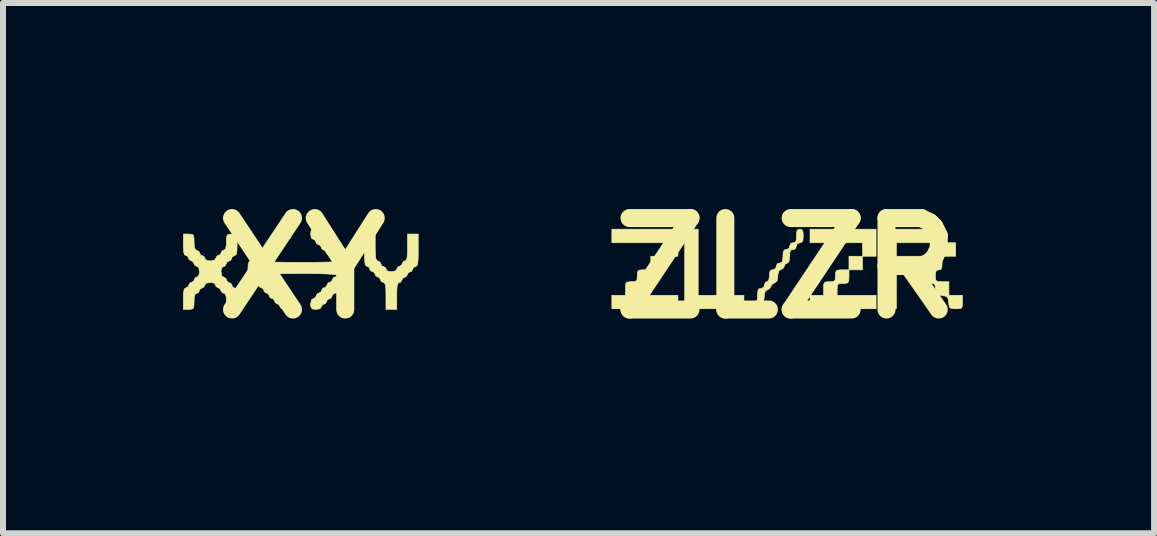
<source format=kicad_pcb>
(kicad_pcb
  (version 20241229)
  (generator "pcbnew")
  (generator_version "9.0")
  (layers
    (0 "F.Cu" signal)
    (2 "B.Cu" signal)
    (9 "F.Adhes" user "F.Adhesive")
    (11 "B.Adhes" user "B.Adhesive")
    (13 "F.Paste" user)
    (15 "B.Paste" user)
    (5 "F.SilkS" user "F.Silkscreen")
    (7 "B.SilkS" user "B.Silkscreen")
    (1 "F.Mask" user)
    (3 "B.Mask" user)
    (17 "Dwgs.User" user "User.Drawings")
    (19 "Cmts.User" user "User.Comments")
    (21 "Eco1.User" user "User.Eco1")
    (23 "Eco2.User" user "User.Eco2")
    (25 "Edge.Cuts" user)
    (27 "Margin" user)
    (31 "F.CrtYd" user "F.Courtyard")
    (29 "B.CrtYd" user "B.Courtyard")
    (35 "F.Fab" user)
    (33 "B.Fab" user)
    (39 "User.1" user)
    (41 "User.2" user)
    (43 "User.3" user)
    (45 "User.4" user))
  (footprint "ZLZR"
    (layer "F.Cu")
    (at 10.052 1.418)
    (property "Reference" "ZLZR" (at 0 0 0) (layer "F.SilkS") (effects (font (size 1.524 1.524) (thickness 0.3))))
    (attr through_hole)
    (fp_poly (pts (xy -2.032 0.028) (xy -2.258 0.028) (xy -2.258 -0.198) (xy -2.032 -0.198) (xy -2.032 0.028)) (stroke (width 0.01) (type solid)) (fill yes) (layer "F.SilkS"))
    (fp_poly (pts (xy 1.27 0.028) (xy 1.044 0.028) (xy 1.044 -0.198) (xy 1.27 -0.198) (xy 1.27 0.028)) (stroke (width 0.01) (type solid)) (fill yes) (layer "F.SilkS"))
    (fp_poly (pts (xy -1.806 -0.198) (xy -2.032 -0.198) (xy -2.032 -0.423) (xy -2.907 -0.423) (xy -2.907 -0.649) (xy -1.806 -0.649) (xy -1.806 -0.198)) (stroke (width 0.01) (type solid)) (fill yes) (layer "F.SilkS"))
    (fp_poly (pts (xy -1.468 0.452) (xy -0.706 0.452) (xy -0.706 0.677) (xy -1.693 0.677) (xy -1.693 -0.649) (xy -1.468 -0.649) (xy -1.468 0.452)) (stroke (width 0.01) (type solid)) (fill yes) (layer "F.SilkS"))
    (fp_poly (pts (xy 1.496 -0.198) (xy 1.27 -0.198) (xy 1.27 -0.423) (xy 0.395 -0.423) (xy 0.395 -0.649) (xy 1.496 -0.649) (xy 1.496 -0.198)) (stroke (width 0.01) (type solid)) (fill yes) (layer "F.SilkS"))
    (fp_poly (pts (xy -2.258 0.141) (xy -2.261 0.213) (xy -2.279 0.246) (xy -2.327 0.254) (xy -2.357 0.254) (xy -2.423 0.258) (xy -2.45 0.283) (xy -2.455 0.345) (xy -2.455 0.353) (xy -2.455 0.452) (xy -1.806 0.452) (xy -1.806 0.677) (xy -2.907 0.677) (xy -2.907 0.452) (xy -2.681 0.452) (xy -2.681 0.339) (xy -2.678 0.266) (xy -2.66 0.234) (xy -2.611 0.226) (xy -2.582 0.226) (xy -2.516 0.221) (xy -2.489 0.197) (xy -2.484 0.135) (xy -2.484 0.127) (xy -2.48 0.064) (xy -2.459 0.036) (xy -2.404 0.028) (xy -2.371 0.028) (xy -2.258 0.028) (xy -2.258 0.141)) (stroke (width 0.01) (type solid)) (fill yes) (layer "F.SilkS"))
    (fp_poly (pts (xy 1.044 0.141) (xy 1.041 0.213) (xy 1.023 0.246) (xy 0.975 0.254) (xy 0.945 0.254) (xy 0.879 0.258) (xy 0.852 0.283) (xy 0.847 0.345) (xy 0.847 0.353) (xy 0.847 0.452) (xy 1.496 0.452) (xy 1.496 0.677) (xy 0.395 0.677) (xy 0.395 0.452) (xy 0.621 0.452) (xy 0.621 0.339) (xy 0.624 0.266) (xy 0.642 0.234) (xy 0.691 0.226) (xy 0.72 0.226) (xy 0.786 0.221) (xy 0.813 0.197) (xy 0.818 0.135) (xy 0.818 0.127) (xy 0.822 0.064) (xy 0.843 0.036) (xy 0.898 0.028) (xy 0.931 0.028) (xy 1.044 0.028) (xy 1.044 0.141)) (stroke (width 0.01) (type solid)) (fill yes) (layer "F.SilkS"))
    (fp_poly (pts (xy 2.822 -0.423) (xy 2.822 -0.198) (xy 2.596 -0.198) (xy 2.596 -0.085) (xy 2.592 -0.011) (xy 2.573 0.022) (xy 2.54 0.028) (xy 2.501 0.039) (xy 2.485 0.082) (xy 2.484 0.127) (xy 2.487 0.19) (xy 2.508 0.218) (xy 2.563 0.226) (xy 2.596 0.226) (xy 2.709 0.226) (xy 2.709 0.452) (xy 2.935 0.452) (xy 2.935 0.564) (xy 2.932 0.637) (xy 2.913 0.669) (xy 2.862 0.677) (xy 2.824 0.677) (xy 2.752 0.674) (xy 2.719 0.653) (xy 2.707 0.6) (xy 2.704 0.572) (xy 2.694 0.502) (xy 2.666 0.47) (xy 2.604 0.458) (xy 2.589 0.457) (xy 2.52 0.447) (xy 2.49 0.422) (xy 2.484 0.365) (xy 2.484 0.351) (xy 2.48 0.289) (xy 2.459 0.261) (xy 2.403 0.254) (xy 2.371 0.254) (xy 2.258 0.254) (xy 2.258 0.028) (xy 1.834 0.028) (xy 1.834 0.677) (xy 1.609 0.677) (xy 1.609 -0.423) (xy 1.834 -0.423) (xy 1.834 -0.198) (xy 2.596 -0.198) (xy 2.596 -0.423) (xy 1.834 -0.423) (xy 1.609 -0.423) (xy 1.609 -0.649) (xy 2.596 -0.649) (xy 2.596 -0.423) (xy 2.822 -0.423)) (stroke (width 0.01) (type solid)) (fill yes) (layer "F.SilkS"))
    (fp_poly (pts (xy 0.263 -0.64) (xy 0.279 -0.601) (xy 0.282 -0.536) (xy 0.277 -0.462) (xy 0.258 -0.43) (xy 0.226 -0.423) (xy 0.179 -0.403) (xy 0.169 -0.367) (xy 0.149 -0.32) (xy 0.113 -0.31) (xy 0.076 -0.301) (xy 0.06 -0.263) (xy 0.056 -0.198) (xy 0.049 -0.119) (xy 0.026 -0.087) (xy 0.014 -0.085) (xy -0.023 -0.062) (xy -0.028 -0.04) (xy -0.052 0.003) (xy -0.085 0.02) (xy -0.125 0.047) (xy -0.14 0.107) (xy -0.141 0.133) (xy -0.15 0.206) (xy -0.183 0.241) (xy -0.198 0.246) (xy -0.243 0.275) (xy -0.254 0.302) (xy -0.278 0.342) (xy -0.31 0.359) (xy -0.352 0.386) (xy -0.366 0.449) (xy -0.367 0.469) (xy -0.374 0.536) (xy -0.4 0.562) (xy -0.423 0.564) (xy -0.471 0.584) (xy -0.48 0.621) (xy -0.5 0.668) (xy -0.536 0.677) (xy -0.583 0.657) (xy -0.593 0.621) (xy -0.573 0.574) (xy -0.536 0.564) (xy -0.499 0.555) (xy -0.483 0.517) (xy -0.48 0.452) (xy -0.475 0.378) (xy -0.456 0.345) (xy -0.423 0.339) (xy -0.376 0.319) (xy -0.367 0.282) (xy -0.349 0.236) (xy -0.325 0.226) (xy -0.293 0.204) (xy -0.282 0.136) (xy -0.282 0.127) (xy -0.276 0.059) (xy -0.251 0.031) (xy -0.226 0.028) (xy -0.179 0.008) (xy -0.169 -0.028) (xy -0.149 -0.075) (xy -0.113 -0.085) (xy -0.076 -0.094) (xy -0.06 -0.132) (xy -0.056 -0.198) (xy -0.052 -0.271) (xy -0.033 -0.304) (xy 0 -0.31) (xy 0.047 -0.33) (xy 0.056 -0.367) (xy 0.076 -0.414) (xy 0.113 -0.423) (xy 0.15 -0.433) (xy 0.166 -0.471) (xy 0.169 -0.536) (xy 0.174 -0.61) (xy 0.193 -0.643) (xy 0.226 -0.649) (xy 0.263 -0.64)) (stroke (width 0.01) (type solid)) (fill yes) (layer "F.SilkS")))
  (footprint "XY"
    (layer "F.Cu")
    (at 1.977 1.418)
    (property "Reference" "XY" (at 0 0 0) (layer "F.SilkS") (effects (font (size 1.524 1.524) (thickness 0.3))))
    (attr through_hole)
    (fp_poly (pts (xy 1.225 -0.344) (xy 1.228 -0.225) (xy 1.236 -0.156) (xy 1.253 -0.125) (xy 1.27 -0.12) (xy 1.31 -0.096) (xy 1.315 -0.075) (xy 1.339 -0.035) (xy 1.36 -0.03) (xy 1.399 -0.006) (xy 1.404 0.015) (xy 1.431 0.051) (xy 1.494 0.06) (xy 1.565 0.046) (xy 1.584 0.015) (xy 1.608 -0.025) (xy 1.629 -0.03) (xy 1.668 -0.054) (xy 1.673 -0.075) (xy 1.697 -0.114) (xy 1.718 -0.12) (xy 1.742 -0.131) (xy 1.756 -0.174) (xy 1.762 -0.258) (xy 1.763 -0.344) (xy 1.763 -0.568) (xy 1.942 -0.568) (xy 1.942 -0.299) (xy 1.941 -0.168) (xy 1.934 -0.086) (xy 1.922 -0.043) (xy 1.901 -0.03) (xy 1.898 -0.03) (xy 1.858 -0.006) (xy 1.853 0.015) (xy 1.829 0.055) (xy 1.808 0.06) (xy 1.768 0.084) (xy 1.763 0.105) (xy 1.739 0.144) (xy 1.718 0.149) (xy 1.679 0.173) (xy 1.673 0.194) (xy 1.649 0.234) (xy 1.629 0.239) (xy 1.605 0.251) (xy 1.591 0.293) (xy 1.585 0.377) (xy 1.584 0.463) (xy 1.584 0.687) (xy 1.404 0.687) (xy 1.404 0.463) (xy 1.402 0.345) (xy 1.394 0.276) (xy 1.377 0.244) (xy 1.36 0.239) (xy 1.32 0.215) (xy 1.315 0.194) (xy 1.291 0.155) (xy 1.27 0.149) (xy 1.23 0.125) (xy 1.225 0.105) (xy 1.201 0.065) (xy 1.18 0.06) (xy 1.141 0.036) (xy 1.136 0.015) (xy 1.112 -0.025) (xy 1.091 -0.03) (xy 1.069 -0.04) (xy 1.055 -0.079) (xy 1.048 -0.155) (xy 1.046 -0.279) (xy 1.046 -0.299) (xy 1.046 -0.568) (xy 1.225 -0.568) (xy 1.225 -0.344)) (stroke (width 0.01) (type solid)) (fill yes) (layer "F.SilkS"))
    (fp_poly (pts (xy -1.827 -0.564) (xy -1.801 -0.541) (xy -1.793 -0.484) (xy -1.793 -0.433) (xy -1.787 -0.345) (xy -1.767 -0.304) (xy -1.748 -0.299) (xy -1.709 -0.275) (xy -1.703 -0.254) (xy -1.679 -0.214) (xy -1.658 -0.209) (xy -1.619 -0.185) (xy -1.614 -0.164) (xy -1.587 -0.129) (xy -1.524 -0.12) (xy -1.453 -0.133) (xy -1.434 -0.164) (xy -1.41 -0.204) (xy -1.39 -0.209) (xy -1.35 -0.233) (xy -1.345 -0.254) (xy -1.321 -0.294) (xy -1.3 -0.299) (xy -1.27 -0.316) (xy -1.257 -0.376) (xy -1.255 -0.433) (xy -1.252 -0.516) (xy -1.237 -0.555) (xy -1.199 -0.567) (xy -1.165 -0.568) (xy -1.076 -0.568) (xy -1.076 -0.388) (xy -1.079 -0.284) (xy -1.091 -0.228) (xy -1.115 -0.21) (xy -1.121 -0.209) (xy -1.16 -0.185) (xy -1.165 -0.164) (xy -1.189 -0.125) (xy -1.21 -0.12) (xy -1.25 -0.096) (xy -1.255 -0.075) (xy -1.279 -0.035) (xy -1.3 -0.03) (xy -1.335 -0.003) (xy -1.345 0.06) (xy -1.331 0.131) (xy -1.3 0.149) (xy -1.26 0.173) (xy -1.255 0.194) (xy -1.231 0.234) (xy -1.21 0.239) (xy -1.171 0.263) (xy -1.165 0.284) (xy -1.141 0.324) (xy -1.121 0.329) (xy -1.095 0.342) (xy -1.081 0.391) (xy -1.076 0.486) (xy -1.076 0.508) (xy -1.076 0.687) (xy -1.165 0.687) (xy -1.221 0.683) (xy -1.247 0.661) (xy -1.255 0.604) (xy -1.255 0.553) (xy -1.261 0.464) (xy -1.281 0.424) (xy -1.3 0.418) (xy -1.339 0.394) (xy -1.345 0.374) (xy -1.369 0.334) (xy -1.39 0.329) (xy -1.429 0.305) (xy -1.434 0.284) (xy -1.461 0.248) (xy -1.524 0.239) (xy -1.595 0.252) (xy -1.614 0.284) (xy -1.638 0.324) (xy -1.658 0.329) (xy -1.698 0.353) (xy -1.703 0.374) (xy -1.727 0.413) (xy -1.748 0.418) (xy -1.778 0.436) (xy -1.791 0.496) (xy -1.793 0.553) (xy -1.796 0.636) (xy -1.811 0.675) (xy -1.849 0.687) (xy -1.883 0.687) (xy -1.972 0.687) (xy -1.972 0.508) (xy -1.969 0.404) (xy -1.957 0.348) (xy -1.933 0.329) (xy -1.927 0.329) (xy -1.888 0.305) (xy -1.883 0.284) (xy -1.859 0.244) (xy -1.838 0.239) (xy -1.798 0.215) (xy -1.793 0.194) (xy -1.769 0.155) (xy -1.748 0.149) (xy -1.713 0.123) (xy -1.703 0.06) (xy -1.717 -0.011) (xy -1.748 -0.03) (xy -1.788 -0.054) (xy -1.793 -0.075) (xy -1.817 -0.114) (xy -1.838 -0.12) (xy -1.877 -0.143) (xy -1.883 -0.164) (xy -1.907 -0.204) (xy -1.927 -0.209) (xy -1.953 -0.223) (xy -1.967 -0.272) (xy -1.972 -0.367) (xy -1.972 -0.388) (xy -1.972 -0.568) (xy -1.883 -0.568) (xy -1.827 -0.564)) (stroke (width 0.01) (type solid)) (fill yes) (layer "F.SilkS"))
    (fp_poly (pts (xy 0.31 -0.644) (xy 0.329 -0.613) (xy 0.353 -0.573) (xy 0.374 -0.568) (xy 0.413 -0.544) (xy 0.418 -0.523) (xy 0.442 -0.483) (xy 0.463 -0.478) (xy 0.503 -0.454) (xy 0.508 -0.433) (xy 0.532 -0.394) (xy 0.553 -0.388) (xy 0.592 -0.365) (xy 0.598 -0.344) (xy 0.622 -0.304) (xy 0.642 -0.299) (xy 0.682 -0.275) (xy 0.687 -0.254) (xy 0.711 -0.214) (xy 0.732 -0.209) (xy 0.772 -0.185) (xy 0.777 -0.164) (xy 0.801 -0.125) (xy 0.822 -0.12) (xy 0.851 -0.102) (xy 0.865 -0.042) (xy 0.867 0.015) (xy 0.861 0.104) (xy 0.841 0.144) (xy 0.822 0.149) (xy 0.782 0.173) (xy 0.777 0.194) (xy 0.753 0.234) (xy 0.732 0.239) (xy 0.693 0.263) (xy 0.687 0.284) (xy 0.663 0.324) (xy 0.642 0.329) (xy 0.603 0.353) (xy 0.598 0.374) (xy 0.574 0.413) (xy 0.553 0.418) (xy 0.513 0.442) (xy 0.508 0.463) (xy 0.484 0.503) (xy 0.463 0.508) (xy 0.424 0.532) (xy 0.418 0.553) (xy 0.394 0.592) (xy 0.374 0.598) (xy 0.334 0.622) (xy 0.329 0.642) (xy 0.302 0.678) (xy 0.239 0.687) (xy 0.176 0.68) (xy 0.152 0.645) (xy 0.149 0.598) (xy 0.163 0.526) (xy 0.194 0.508) (xy 0.234 0.484) (xy 0.239 0.463) (xy 0.263 0.424) (xy 0.284 0.418) (xy 0.323 0.394) (xy 0.329 0.374) (xy 0.353 0.334) (xy 0.374 0.329) (xy 0.413 0.305) (xy 0.418 0.284) (xy 0.442 0.244) (xy 0.463 0.239) (xy 0.503 0.215) (xy 0.508 0.194) (xy 0.532 0.155) (xy 0.553 0.149) (xy 0.593 0.133) (xy 0.598 0.12) (xy 0.568 0.109) (xy 0.483 0.1) (xy 0.344 0.094) (xy 0.156 0.09) (xy -0.015 0.09) (xy -0.238 0.091) (xy -0.414 0.095) (xy -0.54 0.102) (xy -0.611 0.111) (xy -0.628 0.12) (xy -0.603 0.146) (xy -0.583 0.149) (xy -0.543 0.173) (xy -0.538 0.194) (xy -0.514 0.234) (xy -0.493 0.239) (xy -0.453 0.263) (xy -0.448 0.284) (xy -0.424 0.324) (xy -0.403 0.329) (xy -0.364 0.353) (xy -0.359 0.374) (xy -0.335 0.413) (xy -0.314 0.418) (xy -0.274 0.442) (xy -0.269 0.463) (xy -0.245 0.503) (xy -0.224 0.508) (xy -0.189 0.535) (xy -0.179 0.598) (xy -0.187 0.661) (xy -0.222 0.685) (xy -0.269 0.687) (xy -0.34 0.674) (xy -0.359 0.642) (xy -0.383 0.603) (xy -0.403 0.598) (xy -0.443 0.574) (xy -0.448 0.553) (xy -0.472 0.513) (xy -0.493 0.508) (xy -0.533 0.484) (xy -0.538 0.463) (xy -0.562 0.424) (xy -0.583 0.418) (xy -0.622 0.394) (xy -0.628 0.374) (xy -0.651 0.334) (xy -0.672 0.329) (xy -0.712 0.305) (xy -0.717 0.284) (xy -0.741 0.244) (xy -0.762 0.239) (xy -0.802 0.215) (xy -0.807 0.194) (xy -0.831 0.155) (xy -0.852 0.149) (xy -0.881 0.132) (xy -0.895 0.072) (xy -0.896 0.015) (xy -0.891 -0.074) (xy -0.871 -0.114) (xy -0.852 -0.12) (xy -0.812 -0.143) (xy -0.807 -0.164) (xy -0.783 -0.204) (xy -0.762 -0.209) (xy -0.722 -0.233) (xy -0.717 -0.254) (xy -0.693 -0.294) (xy -0.672 -0.299) (xy -0.633 -0.323) (xy -0.628 -0.344) (xy -0.604 -0.383) (xy -0.583 -0.388) (xy -0.543 -0.412) (xy -0.538 -0.433) (xy -0.514 -0.473) (xy -0.493 -0.478) (xy -0.453 -0.502) (xy -0.448 -0.523) (xy -0.424 -0.563) (xy -0.403 -0.568) (xy -0.364 -0.592) (xy -0.359 -0.613) (xy -0.332 -0.648) (xy -0.269 -0.657) (xy -0.205 -0.65) (xy -0.182 -0.615) (xy -0.179 -0.568) (xy -0.193 -0.497) (xy -0.224 -0.478) (xy -0.264 -0.454) (xy -0.269 -0.433) (xy -0.293 -0.394) (xy -0.314 -0.388) (xy -0.353 -0.365) (xy -0.359 -0.344) (xy -0.383 -0.304) (xy -0.403 -0.299) (xy -0.443 -0.275) (xy -0.448 -0.254) (xy -0.472 -0.214) (xy -0.493 -0.209) (xy -0.533 -0.186) (xy -0.538 -0.167) (xy -0.563 -0.124) (xy -0.59 -0.11) (xy -0.578 -0.106) (xy -0.513 -0.103) (xy -0.404 -0.1) (xy -0.259 -0.098) (xy -0.086 -0.097) (xy -0.015 -0.097) (xy 0.167 -0.097) (xy 0.324 -0.099) (xy 0.447 -0.101) (xy 0.529 -0.105) (xy 0.562 -0.109) (xy 0.56 -0.11) (xy 0.516 -0.142) (xy 0.508 -0.167) (xy 0.484 -0.204) (xy 0.463 -0.209) (xy 0.424 -0.233) (xy 0.418 -0.254) (xy 0.394 -0.294) (xy 0.374 -0.299) (xy 0.334 -0.323) (xy 0.329 -0.344) (xy 0.305 -0.383) (xy 0.284 -0.388) (xy 0.244 -0.412) (xy 0.239 -0.433) (xy 0.215 -0.473) (xy 0.194 -0.478) (xy 0.159 -0.505) (xy 0.149 -0.568) (xy 0.157 -0.631) (xy 0.192 -0.655) (xy 0.239 -0.657) (xy 0.31 -0.644)) (stroke (width 0.01) (type solid)) (fill yes) (layer "F.SilkS")))
  (gr_rect
    (start -3 -3)
    (end 16.18 5.836)
    (stroke (width 0.1) (type default))
    (fill no)
    (layer "Edge.Cuts")))
</source>
